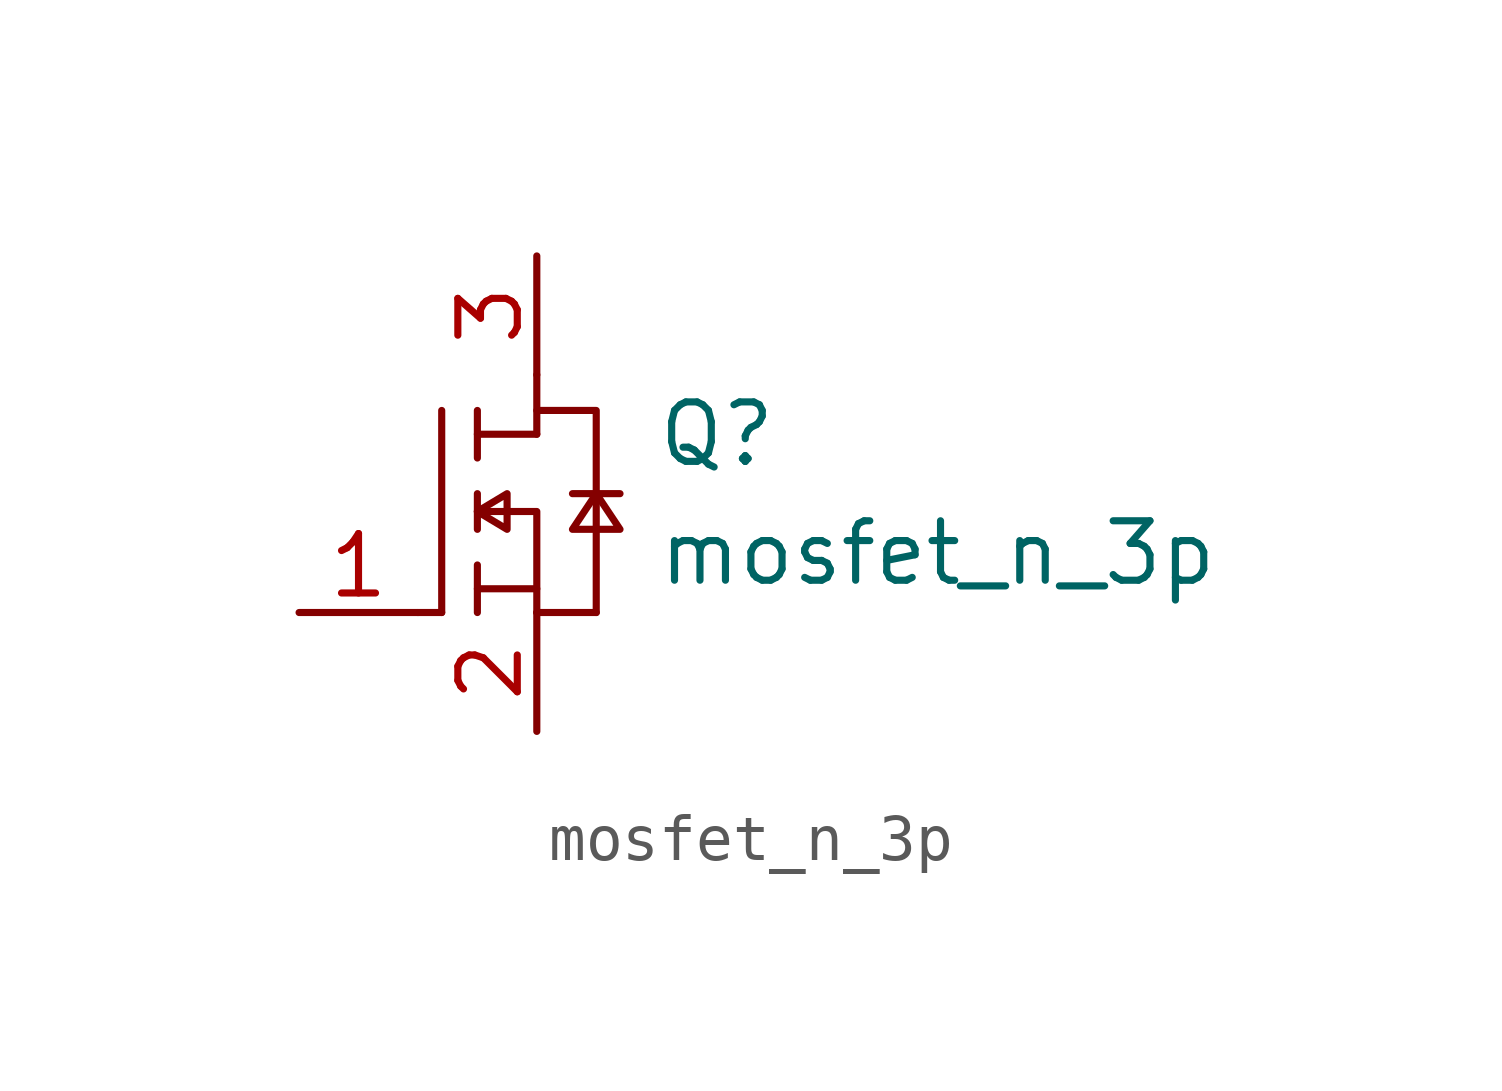
<source format=kicad_sym>
(kicad_symbol_lib
  (version 20241209)
  (generator "kicad_symbol_editor")
  (generator_version "9.0")
  (symbol "mosfet_n_3p"
    (pin_names
      (hide yes))
    (property "Reference" "Q"
      (at 7.62 3.81 0)
      (effects (font (size 1.27 1.27)) (justify left)))
    (property "Value" "mosfet_n_3p"
      (at 7.62 1.27 0)
      (effects (font (size 1.27 1.27)) (justify left)))
    (symbol "mosfet_n_3p_0_1"
      (polyline (pts (xy 3.048 4.318) (xy 3.048 0)) (stroke (width 0) (type default)) (fill (type none)))
      (polyline (pts (xy 3.048 0) (xy 2.54 0)) (stroke (width 0) (type default)) (fill (type none)))
      (polyline (pts (xy 3.81 4.318) (xy 3.81 3.302)) (stroke (width 0) (type default)) (fill (type none)))
      (polyline (pts (xy 3.81 2.159) (xy 5.08 2.159) (xy 5.08 0)) (stroke (width 0) (type default)) (fill (type none)))
      (polyline (pts (xy 3.81 2.159) (xy 4.445 2.54) (xy 4.445 1.778) (xy 3.81 2.159)) (stroke (width 0) (type default)) (fill (type none)))
      (polyline (pts (xy 3.81 1.778) (xy 3.81 2.54)) (stroke (width 0) (type default)) (fill (type none)))
      (polyline (pts (xy 3.81 0.508) (xy 5.08 0.508)) (stroke (width 0) (type default)) (fill (type none)))
      (polyline (pts (xy 3.81 0) (xy 3.81 1.016)) (stroke (width 0) (type default)) (fill (type none)))
      (polyline (pts (xy 5.08 5.08) (xy 5.08 3.81)) (stroke (width 0) (type default)) (fill (type none)))
      (polyline (pts (xy 5.08 4.318) (xy 6.35 4.318) (xy 6.35 0)) (stroke (width 0) (type default)) (fill (type none)))
      (polyline (pts (xy 5.08 3.81) (xy 3.81 3.81)) (stroke (width 0) (type default)) (fill (type none)))
      (polyline (pts (xy 5.842 2.54) (xy 6.858 2.54)) (stroke (width 0) (type default)) (fill (type none)))
      (polyline (pts (xy 6.35 2.54) (xy 5.842 1.778) (xy 6.858 1.778) (xy 6.35 2.54)) (stroke (width 0) (type default)) (fill (type none)))
      (polyline (pts (xy 6.35 0) (xy 5.08 0)) (stroke (width 0) (type default)) (fill (type none))))
    (symbol "mosfet_n_3p_1_1"
      (pin passive line (at 0 0 0) (length 2.54) (name "" (effects (font (size 1.27 1.27)))) (number "1" (effects (font (size 1.27 1.27)))))
      (pin passive line (at 5.08 7.62 270) (length 2.54) (name "" (effects (font (size 1.27 1.27)))) (number "3" (effects (font (size 1.27 1.27)))))
      (pin passive line (at 5.08 -2.54 90) (length 2.54) (name "" (effects (font (size 1.27 1.27)))) (number "2" (effects (font (size 1.27 1.27))))))))
</source>
